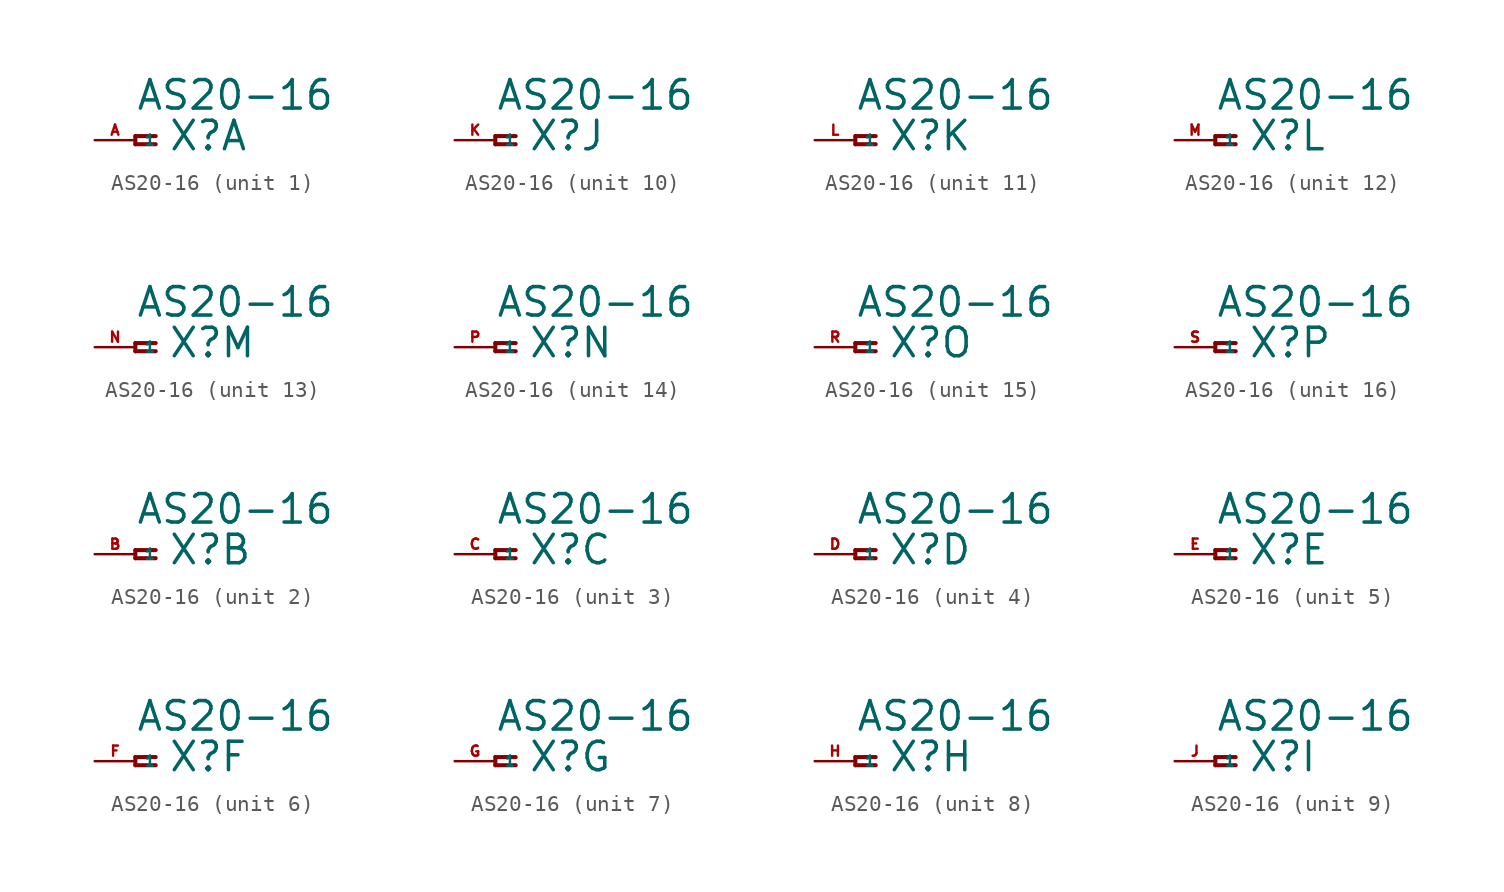
<source format=kicad_sym>
(kicad_symbol_lib
  (version 20220914)
  (generator Eagle2Kicad)
  (symbol "AS20-16"
    (property "Reference" "X"
      (at 2.032 -0.762 0)
      (effects (font (size 1.778 1.778) (thickness 0.22)) (justify left bottom)))
    (property "Value" "AS20-16"
      (at 0 1.778 0)
      (effects (font (size 1.778 1.778) (thickness 0.22)) (justify left bottom)))
    (symbol "AS20-16_1_0"
      (polyline (pts (xy 1.27 0.254) (xy 0 0.254)) (stroke (width 0.254) (type default)) (fill (type none)))
      (polyline (pts (xy 0 0.254) (xy 0 -0.254)) (stroke (width 0.254) (type default)) (fill (type none)))
      (polyline (pts (xy 0 -0.254) (xy 1.27 -0.254)) (stroke (width 0.254) (type default)) (fill (type none)))
      (pin passive line (at -2.54 0 0) (length 2.54) (name "1" (effects (font (size 0.635 0.635) (thickness 0.08)) (justify left bottom))) (number "A" (effects (font (size 0.635 0.635) (thickness 0.08)) (justify left bottom)))))
    (symbol "AS20-16_2_0"
      (polyline (pts (xy 1.27 0.254) (xy 0 0.254)) (stroke (width 0.254) (type default)) (fill (type none)))
      (polyline (pts (xy 0 0.254) (xy 0 -0.254)) (stroke (width 0.254) (type default)) (fill (type none)))
      (polyline (pts (xy 0 -0.254) (xy 1.27 -0.254)) (stroke (width 0.254) (type default)) (fill (type none)))
      (pin passive line (at -2.54 0 0) (length 2.54) (name "1" (effects (font (size 0.635 0.635) (thickness 0.08)) (justify left bottom))) (number "B" (effects (font (size 0.635 0.635) (thickness 0.08)) (justify left bottom)))))
    (symbol "AS20-16_3_0"
      (polyline (pts (xy 1.27 0.254) (xy 0 0.254)) (stroke (width 0.254) (type default)) (fill (type none)))
      (polyline (pts (xy 0 0.254) (xy 0 -0.254)) (stroke (width 0.254) (type default)) (fill (type none)))
      (polyline (pts (xy 0 -0.254) (xy 1.27 -0.254)) (stroke (width 0.254) (type default)) (fill (type none)))
      (pin passive line (at -2.54 0 0) (length 2.54) (name "1" (effects (font (size 0.635 0.635) (thickness 0.08)) (justify left bottom))) (number "C" (effects (font (size 0.635 0.635) (thickness 0.08)) (justify left bottom)))))
    (symbol "AS20-16_4_0"
      (polyline (pts (xy 1.27 0.254) (xy 0 0.254)) (stroke (width 0.254) (type default)) (fill (type none)))
      (polyline (pts (xy 0 0.254) (xy 0 -0.254)) (stroke (width 0.254) (type default)) (fill (type none)))
      (polyline (pts (xy 0 -0.254) (xy 1.27 -0.254)) (stroke (width 0.254) (type default)) (fill (type none)))
      (pin passive line (at -2.54 0 0) (length 2.54) (name "1" (effects (font (size 0.635 0.635) (thickness 0.08)) (justify left bottom))) (number "D" (effects (font (size 0.635 0.635) (thickness 0.08)) (justify left bottom)))))
    (symbol "AS20-16_5_0"
      (polyline (pts (xy 1.27 0.254) (xy 0 0.254)) (stroke (width 0.254) (type default)) (fill (type none)))
      (polyline (pts (xy 0 0.254) (xy 0 -0.254)) (stroke (width 0.254) (type default)) (fill (type none)))
      (polyline (pts (xy 0 -0.254) (xy 1.27 -0.254)) (stroke (width 0.254) (type default)) (fill (type none)))
      (pin passive line (at -2.54 0 0) (length 2.54) (name "1" (effects (font (size 0.635 0.635) (thickness 0.08)) (justify left bottom))) (number "E" (effects (font (size 0.635 0.635) (thickness 0.08)) (justify left bottom)))))
    (symbol "AS20-16_6_0"
      (polyline (pts (xy 1.27 0.254) (xy 0 0.254)) (stroke (width 0.254) (type default)) (fill (type none)))
      (polyline (pts (xy 0 0.254) (xy 0 -0.254)) (stroke (width 0.254) (type default)) (fill (type none)))
      (polyline (pts (xy 0 -0.254) (xy 1.27 -0.254)) (stroke (width 0.254) (type default)) (fill (type none)))
      (pin passive line (at -2.54 0 0) (length 2.54) (name "1" (effects (font (size 0.635 0.635) (thickness 0.08)) (justify left bottom))) (number "F" (effects (font (size 0.635 0.635) (thickness 0.08)) (justify left bottom)))))
    (symbol "AS20-16_7_0"
      (polyline (pts (xy 1.27 0.254) (xy 0 0.254)) (stroke (width 0.254) (type default)) (fill (type none)))
      (polyline (pts (xy 0 0.254) (xy 0 -0.254)) (stroke (width 0.254) (type default)) (fill (type none)))
      (polyline (pts (xy 0 -0.254) (xy 1.27 -0.254)) (stroke (width 0.254) (type default)) (fill (type none)))
      (pin passive line (at -2.54 0 0) (length 2.54) (name "1" (effects (font (size 0.635 0.635) (thickness 0.08)) (justify left bottom))) (number "G" (effects (font (size 0.635 0.635) (thickness 0.08)) (justify left bottom)))))
    (symbol "AS20-16_8_0"
      (polyline (pts (xy 1.27 0.254) (xy 0 0.254)) (stroke (width 0.254) (type default)) (fill (type none)))
      (polyline (pts (xy 0 0.254) (xy 0 -0.254)) (stroke (width 0.254) (type default)) (fill (type none)))
      (polyline (pts (xy 0 -0.254) (xy 1.27 -0.254)) (stroke (width 0.254) (type default)) (fill (type none)))
      (pin passive line (at -2.54 0 0) (length 2.54) (name "1" (effects (font (size 0.635 0.635) (thickness 0.08)) (justify left bottom))) (number "H" (effects (font (size 0.635 0.635) (thickness 0.08)) (justify left bottom)))))
    (symbol "AS20-16_9_0"
      (polyline (pts (xy 1.27 0.254) (xy 0 0.254)) (stroke (width 0.254) (type default)) (fill (type none)))
      (polyline (pts (xy 0 0.254) (xy 0 -0.254)) (stroke (width 0.254) (type default)) (fill (type none)))
      (polyline (pts (xy 0 -0.254) (xy 1.27 -0.254)) (stroke (width 0.254) (type default)) (fill (type none)))
      (pin passive line (at -2.54 0 0) (length 2.54) (name "1" (effects (font (size 0.635 0.635) (thickness 0.08)) (justify left bottom))) (number "J" (effects (font (size 0.635 0.635) (thickness 0.08)) (justify left bottom)))))
    (symbol "AS20-16_10_0"
      (polyline (pts (xy 1.27 0.254) (xy 0 0.254)) (stroke (width 0.254) (type default)) (fill (type none)))
      (polyline (pts (xy 0 0.254) (xy 0 -0.254)) (stroke (width 0.254) (type default)) (fill (type none)))
      (polyline (pts (xy 0 -0.254) (xy 1.27 -0.254)) (stroke (width 0.254) (type default)) (fill (type none)))
      (pin passive line (at -2.54 0 0) (length 2.54) (name "1" (effects (font (size 0.635 0.635) (thickness 0.08)) (justify left bottom))) (number "K" (effects (font (size 0.635 0.635) (thickness 0.08)) (justify left bottom)))))
    (symbol "AS20-16_11_0"
      (polyline (pts (xy 1.27 0.254) (xy 0 0.254)) (stroke (width 0.254) (type default)) (fill (type none)))
      (polyline (pts (xy 0 0.254) (xy 0 -0.254)) (stroke (width 0.254) (type default)) (fill (type none)))
      (polyline (pts (xy 0 -0.254) (xy 1.27 -0.254)) (stroke (width 0.254) (type default)) (fill (type none)))
      (pin passive line (at -2.54 0 0) (length 2.54) (name "1" (effects (font (size 0.635 0.635) (thickness 0.08)) (justify left bottom))) (number "L" (effects (font (size 0.635 0.635) (thickness 0.08)) (justify left bottom)))))
    (symbol "AS20-16_12_0"
      (polyline (pts (xy 1.27 0.254) (xy 0 0.254)) (stroke (width 0.254) (type default)) (fill (type none)))
      (polyline (pts (xy 0 0.254) (xy 0 -0.254)) (stroke (width 0.254) (type default)) (fill (type none)))
      (polyline (pts (xy 0 -0.254) (xy 1.27 -0.254)) (stroke (width 0.254) (type default)) (fill (type none)))
      (pin passive line (at -2.54 0 0) (length 2.54) (name "1" (effects (font (size 0.635 0.635) (thickness 0.08)) (justify left bottom))) (number "M" (effects (font (size 0.635 0.635) (thickness 0.08)) (justify left bottom)))))
    (symbol "AS20-16_13_0"
      (polyline (pts (xy 1.27 0.254) (xy 0 0.254)) (stroke (width 0.254) (type default)) (fill (type none)))
      (polyline (pts (xy 0 0.254) (xy 0 -0.254)) (stroke (width 0.254) (type default)) (fill (type none)))
      (polyline (pts (xy 0 -0.254) (xy 1.27 -0.254)) (stroke (width 0.254) (type default)) (fill (type none)))
      (pin passive line (at -2.54 0 0) (length 2.54) (name "1" (effects (font (size 0.635 0.635) (thickness 0.08)) (justify left bottom))) (number "N" (effects (font (size 0.635 0.635) (thickness 0.08)) (justify left bottom)))))
    (symbol "AS20-16_14_0"
      (polyline (pts (xy 1.27 0.254) (xy 0 0.254)) (stroke (width 0.254) (type default)) (fill (type none)))
      (polyline (pts (xy 0 0.254) (xy 0 -0.254)) (stroke (width 0.254) (type default)) (fill (type none)))
      (polyline (pts (xy 0 -0.254) (xy 1.27 -0.254)) (stroke (width 0.254) (type default)) (fill (type none)))
      (pin passive line (at -2.54 0 0) (length 2.54) (name "1" (effects (font (size 0.635 0.635) (thickness 0.08)) (justify left bottom))) (number "P" (effects (font (size 0.635 0.635) (thickness 0.08)) (justify left bottom)))))
    (symbol "AS20-16_15_0"
      (polyline (pts (xy 1.27 0.254) (xy 0 0.254)) (stroke (width 0.254) (type default)) (fill (type none)))
      (polyline (pts (xy 0 0.254) (xy 0 -0.254)) (stroke (width 0.254) (type default)) (fill (type none)))
      (polyline (pts (xy 0 -0.254) (xy 1.27 -0.254)) (stroke (width 0.254) (type default)) (fill (type none)))
      (pin passive line (at -2.54 0 0) (length 2.54) (name "1" (effects (font (size 0.635 0.635) (thickness 0.08)) (justify left bottom))) (number "R" (effects (font (size 0.635 0.635) (thickness 0.08)) (justify left bottom)))))
    (symbol "AS20-16_16_0"
      (polyline (pts (xy 1.27 0.254) (xy 0 0.254)) (stroke (width 0.254) (type default)) (fill (type none)))
      (polyline (pts (xy 0 0.254) (xy 0 -0.254)) (stroke (width 0.254) (type default)) (fill (type none)))
      (polyline (pts (xy 0 -0.254) (xy 1.27 -0.254)) (stroke (width 0.254) (type default)) (fill (type none)))
      (pin passive line (at -2.54 0 0) (length 2.54) (name "1" (effects (font (size 0.635 0.635) (thickness 0.08)) (justify left bottom))) (number "S" (effects (font (size 0.635 0.635) (thickness 0.08)) (justify left bottom)))))))
</source>
